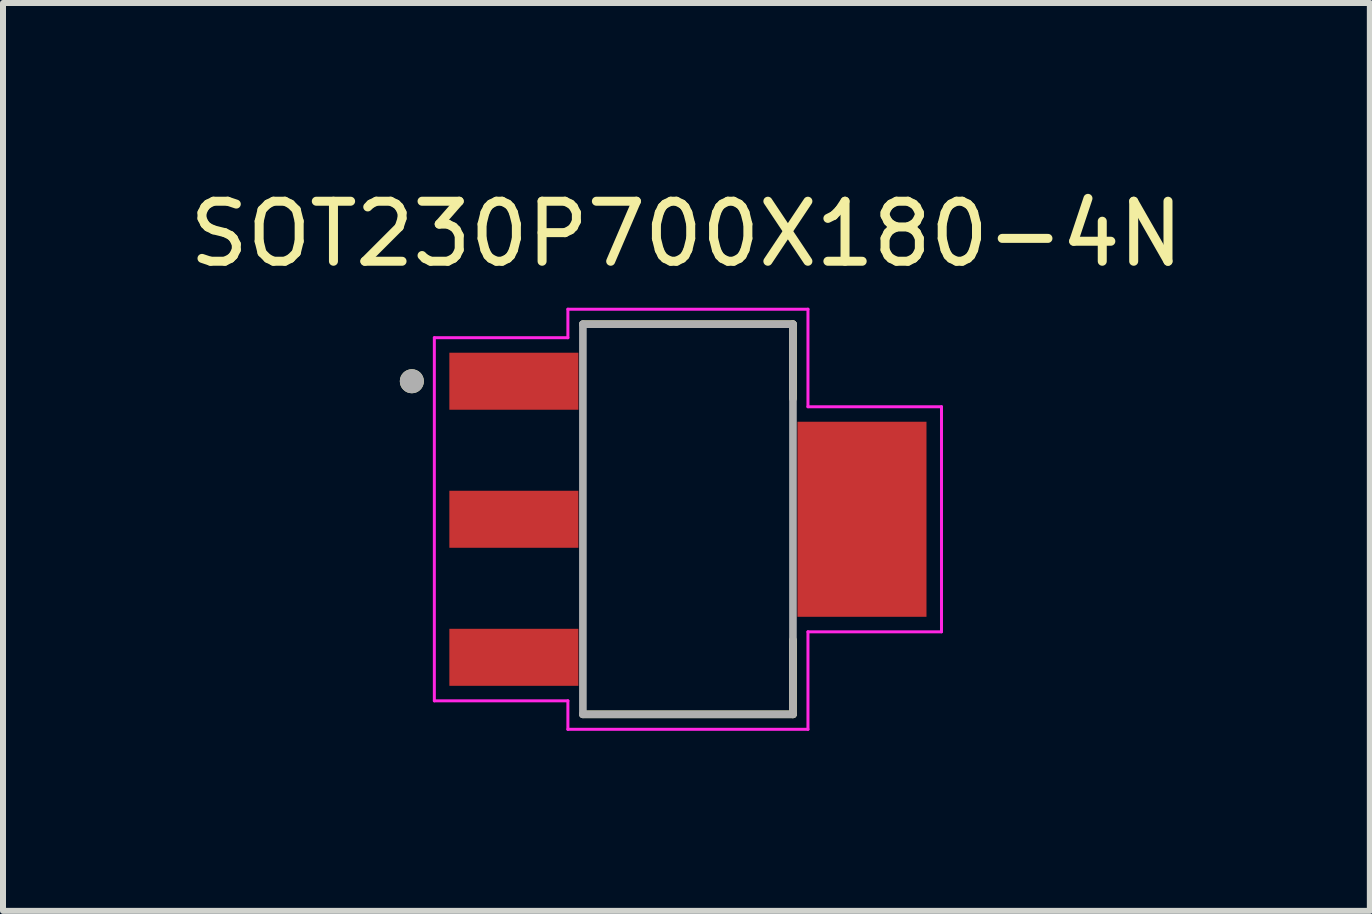
<source format=kicad_pcb>
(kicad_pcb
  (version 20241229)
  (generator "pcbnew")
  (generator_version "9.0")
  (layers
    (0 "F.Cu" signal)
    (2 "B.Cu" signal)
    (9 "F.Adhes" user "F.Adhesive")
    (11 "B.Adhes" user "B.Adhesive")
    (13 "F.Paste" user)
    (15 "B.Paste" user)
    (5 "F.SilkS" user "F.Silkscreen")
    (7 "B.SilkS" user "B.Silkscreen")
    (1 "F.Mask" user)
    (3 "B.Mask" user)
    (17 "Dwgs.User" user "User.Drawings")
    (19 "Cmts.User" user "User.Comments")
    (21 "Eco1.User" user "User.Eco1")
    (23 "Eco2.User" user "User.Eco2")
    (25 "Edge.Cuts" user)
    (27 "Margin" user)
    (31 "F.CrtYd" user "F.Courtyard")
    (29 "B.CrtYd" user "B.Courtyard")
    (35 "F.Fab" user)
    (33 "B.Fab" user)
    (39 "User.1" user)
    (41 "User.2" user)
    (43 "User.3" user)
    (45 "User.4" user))
  (footprint "SOT230P700X180-4N"
    (layer "F.Cu")
    (at 8.412 5.602)
    (property "Reference" "SOT230P700X180-4N" (at -0.025 -4.754 0) (layer "F.SilkS") (effects (font (size 1 1) (thickness 0.15))))
    (attr smd)
    (fp_line (start -1.75 -3.25) (end 1.75 -3.25) (stroke (width 0.127) (type solid)) (layer "F.SilkS"))
    (fp_line (start -1.75 3.25) (end 1.75 3.25) (stroke (width 0.127) (type solid)) (layer "F.SilkS"))
    (fp_line (start 1.75 -3.25) (end 1.75 -2.01) (stroke (width 0.127) (type solid)) (layer "F.SilkS"))
    (fp_line (start 1.75 3.25) (end 1.75 2.01) (stroke (width 0.127) (type solid)) (layer "F.SilkS"))
    (fp_circle (center -4.6 -2.3) (end -4.5 -2.3) (stroke (width 0.2) (type solid)) (fill no) (layer "F.SilkS"))
    (fp_line (start -4.225 -3.025) (end -4.225 3.025) (stroke (width 0.05) (type solid)) (layer "F.CrtYd"))
    (fp_line (start -4.225 3.025) (end -2 3.025) (stroke (width 0.05) (type solid)) (layer "F.CrtYd"))
    (fp_line (start -2 -3.5) (end -2 -3.025) (stroke (width 0.05) (type solid)) (layer "F.CrtYd"))
    (fp_line (start -2 -3.025) (end -4.225 -3.025) (stroke (width 0.05) (type solid)) (layer "F.CrtYd"))
    (fp_line (start -2 3.025) (end -2 3.5) (stroke (width 0.05) (type solid)) (layer "F.CrtYd"))
    (fp_line (start -2 3.5) (end 2 3.5) (stroke (width 0.05) (type solid)) (layer "F.CrtYd"))
    (fp_line (start 2 -3.5) (end -2 -3.5) (stroke (width 0.05) (type solid)) (layer "F.CrtYd"))
    (fp_line (start 2 -1.875) (end 2 -3.5) (stroke (width 0.05) (type solid)) (layer "F.CrtYd"))
    (fp_line (start 2 1.875) (end 4.225 1.875) (stroke (width 0.05) (type solid)) (layer "F.CrtYd"))
    (fp_line (start 2 3.5) (end 2 1.875) (stroke (width 0.05) (type solid)) (layer "F.CrtYd"))
    (fp_line (start 4.225 -1.875) (end 2 -1.875) (stroke (width 0.05) (type solid)) (layer "F.CrtYd"))
    (fp_line (start 4.225 1.875) (end 4.225 -1.875) (stroke (width 0.05) (type solid)) (layer "F.CrtYd"))
    (fp_line (start -1.75 -3.25) (end -1.75 3.25) (stroke (width 0.127) (type solid)) (layer "F.Fab"))
    (fp_line (start 1.75 -3.25) (end -1.75 -3.25) (stroke (width 0.127) (type solid)) (layer "F.Fab"))
    (fp_line (start 1.75 -3.25) (end 1.75 3.25) (stroke (width 0.127) (type solid)) (layer "F.Fab"))
    (fp_line (start 1.75 3.25) (end -1.75 3.25) (stroke (width 0.127) (type solid)) (layer "F.Fab"))
    (fp_circle (center -4.6 -2.3) (end -4.5 -2.3) (stroke (width 0.2) (type solid)) (fill no) (layer "F.Fab"))
    (pad "1" smd rect (at -2.9 -2.3) (size 2.15 0.95) (layers "F.Cu" "F.Mask" "F.Paste"))
    (pad "2" smd rect (at -2.9 0) (size 2.15 0.95) (layers "F.Cu" "F.Mask" "F.Paste"))
    (pad "3" smd rect (at -2.9 2.3) (size 2.15 0.95) (layers "F.Cu" "F.Mask" "F.Paste"))
    (pad "4" smd rect (at 2.9 0) (size 2.15 3.25) (layers "F.Cu" "F.Mask" "F.Paste")))
  (gr_rect
    (start -3 -3)
    (end 19.774 12.127)
    (stroke (width 0.1) (type default))
    (fill no)
    (layer "Edge.Cuts")))
</source>
